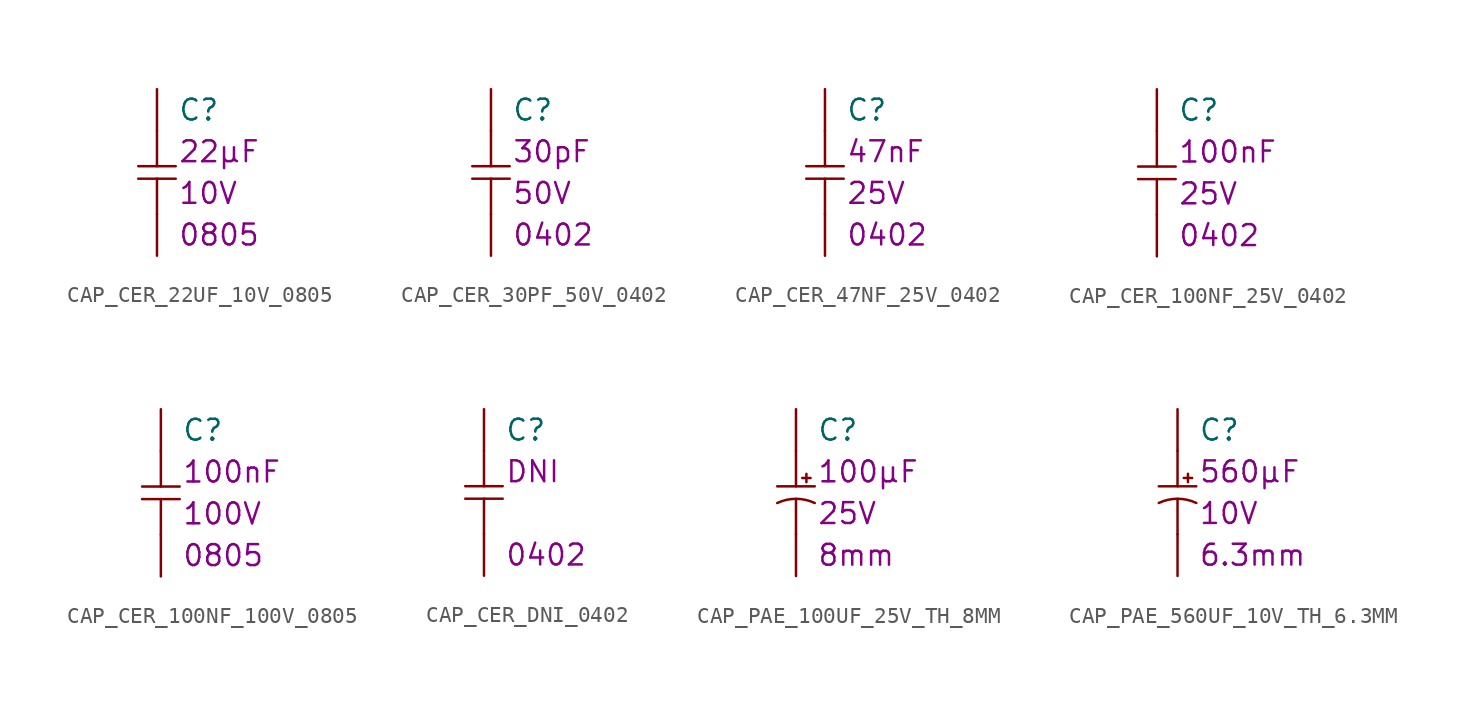
<source format=kicad_sym>
(kicad_symbol_lib
  (version 20211014)
  (generator kicad_symbol_editor)
  (symbol "CAP_CER_22UF_10V_0805"
    (pin_numbers hide)
    (pin_names
      (offset 1.016) hide)
    (property "Reference" "C"
      (at 1.27 3.81 0)
      (effects (font (size 1.27 1.27)) (justify left)))
    (property "Property" "22µF"
      (at 1.27 1.27 0)
      (effects (font (size 1.27 1.27)) (justify left)))
    (property "Package" "0805"
      (at 1.27 -3.81 0)
      (effects (font (size 1.27 1.27)) (justify left)))
    (property "Voltage" "10V"
      (at 1.27 -1.27 0)
      (effects (font (size 1.27 1.27)) (justify left)))
    (symbol "CAP_CER_22UF_10V_0805_0_1"
      (polyline (pts (xy -1.143 0.381) (xy 1.143 0.381)) (stroke (width 0) (type default) (color 0 0 0 0)) (fill (type none)))
      (polyline (pts (xy 0 -2.54) (xy 0 -0.381)) (stroke (width 0) (type default) (color 0 0 0 0)) (fill (type none)))
      (polyline (pts (xy 0 2.54) (xy 0 0.381)) (stroke (width 0) (type default) (color 0 0 0 0)) (fill (type none)))
      (polyline (pts (xy 1.143 -0.381) (xy -1.143 -0.381)) (stroke (width 0) (type default) (color 0 0 0 0)) (fill (type none))))
    (symbol "CAP_CER_22UF_10V_0805_1_0"
      (pin passive line (at 0 -5.08 90) (length 2.54) (name "2" (effects (font (size 1.27 1.27)))) (number "2" (effects (font (size 1.27 1.27))))))
    (symbol "CAP_CER_22UF_10V_0805_1_1"
      (pin passive line (at 0 5.08 270) (length 2.54) (name "1" (effects (font (size 1.27 1.27)))) (number "1" (effects (font (size 1.27 1.27)))))))
  (symbol "CAP_CER_30PF_50V_0402"
    (pin_numbers hide)
    (pin_names
      (offset 1.016) hide)
    (property "Reference" "C"
      (at 1.27 3.81 0)
      (effects (font (size 1.27 1.27)) (justify left)))
    (property "Property" "30pF"
      (at 1.27 1.27 0)
      (effects (font (size 1.27 1.27)) (justify left)))
    (property "Package" "0402"
      (at 1.27 -3.81 0)
      (effects (font (size 1.27 1.27)) (justify left)))
    (property "Voltage" "50V"
      (at 1.27 -1.27 0)
      (effects (font (size 1.27 1.27)) (justify left)))
    (symbol "CAP_CER_30PF_50V_0402_0_1"
      (polyline (pts (xy -1.143 0.381) (xy 1.143 0.381)) (stroke (width 0) (type default) (color 0 0 0 0)) (fill (type none)))
      (polyline (pts (xy 0 -2.54) (xy 0 -0.381)) (stroke (width 0) (type default) (color 0 0 0 0)) (fill (type none)))
      (polyline (pts (xy 0 2.54) (xy 0 0.381)) (stroke (width 0) (type default) (color 0 0 0 0)) (fill (type none)))
      (polyline (pts (xy 1.143 -0.381) (xy -1.143 -0.381)) (stroke (width 0) (type default) (color 0 0 0 0)) (fill (type none))))
    (symbol "CAP_CER_30PF_50V_0402_1_0"
      (pin passive line (at 0 -5.08 90) (length 2.54) (name "2" (effects (font (size 1.27 1.27)))) (number "2" (effects (font (size 1.27 1.27))))))
    (symbol "CAP_CER_30PF_50V_0402_1_1"
      (pin passive line (at 0 5.08 270) (length 2.54) (name "1" (effects (font (size 1.27 1.27)))) (number "1" (effects (font (size 1.27 1.27)))))))
  (symbol "CAP_CER_47NF_25V_0402"
    (pin_numbers hide)
    (pin_names
      (offset 1.016) hide)
    (property "Reference" "C"
      (at 1.27 3.81 0)
      (effects (font (size 1.27 1.27)) (justify left)))
    (property "Property" "47nF"
      (at 1.27 1.27 0)
      (effects (font (size 1.27 1.27)) (justify left)))
    (property "Package" "0402"
      (at 1.27 -3.81 0)
      (effects (font (size 1.27 1.27)) (justify left)))
    (property "Voltage" "25V"
      (at 1.27 -1.27 0)
      (effects (font (size 1.27 1.27)) (justify left)))
    (symbol "CAP_CER_47NF_25V_0402_0_1"
      (polyline (pts (xy -1.143 0.381) (xy 1.143 0.381)) (stroke (width 0) (type default) (color 0 0 0 0)) (fill (type none)))
      (polyline (pts (xy 0 -2.54) (xy 0 -0.381)) (stroke (width 0) (type default) (color 0 0 0 0)) (fill (type none)))
      (polyline (pts (xy 0 2.54) (xy 0 0.381)) (stroke (width 0) (type default) (color 0 0 0 0)) (fill (type none)))
      (polyline (pts (xy 1.143 -0.381) (xy -1.143 -0.381)) (stroke (width 0) (type default) (color 0 0 0 0)) (fill (type none))))
    (symbol "CAP_CER_47NF_25V_0402_1_0"
      (pin passive line (at 0 -5.08 90) (length 2.54) (name "2" (effects (font (size 1.27 1.27)))) (number "2" (effects (font (size 1.27 1.27))))))
    (symbol "CAP_CER_47NF_25V_0402_1_1"
      (pin passive line (at 0 5.08 270) (length 2.54) (name "1" (effects (font (size 1.27 1.27)))) (number "1" (effects (font (size 1.27 1.27)))))))
  (symbol "CAP_CER_100NF_25V_0402"
    (pin_numbers hide)
    (pin_names
      (offset 1.016) hide)
    (property "Reference" "C"
      (at 1.27 3.81 0)
      (effects (font (size 1.27 1.27)) (justify left)))
    (property "Property" "100nF"
      (at 1.27 1.27 0)
      (effects (font (size 1.27 1.27)) (justify left)))
    (property "Package" "0402"
      (at 1.27 -3.81 0)
      (effects (font (size 1.27 1.27)) (justify left)))
    (property "Voltage" "25V"
      (at 1.27 -1.27 0)
      (effects (font (size 1.27 1.27)) (justify left)))
    (symbol "CAP_CER_100NF_25V_0402_0_1"
      (polyline (pts (xy -1.143 0.381) (xy 1.143 0.381)) (stroke (width 0) (type default) (color 0 0 0 0)) (fill (type none)))
      (polyline (pts (xy 0 -2.54) (xy 0 -0.381)) (stroke (width 0) (type default) (color 0 0 0 0)) (fill (type none)))
      (polyline (pts (xy 0 2.54) (xy 0 0.381)) (stroke (width 0) (type default) (color 0 0 0 0)) (fill (type none)))
      (polyline (pts (xy 1.143 -0.381) (xy -1.143 -0.381)) (stroke (width 0) (type default) (color 0 0 0 0)) (fill (type none))))
    (symbol "CAP_CER_100NF_25V_0402_1_0"
      (pin passive line (at 0 -5.08 90) (length 2.54) (name "2" (effects (font (size 1.27 1.27)))) (number "2" (effects (font (size 1.27 1.27))))))
    (symbol "CAP_CER_100NF_25V_0402_1_1"
      (pin passive line (at 0 5.08 270) (length 2.54) (name "1" (effects (font (size 1.27 1.27)))) (number "1" (effects (font (size 1.27 1.27)))))))
  (symbol "CAP_CER_100NF_100V_0805"
    (pin_numbers hide)
    (pin_names
      (offset 1.016) hide)
    (property "Reference" "C"
      (at 1.27 3.81 0)
      (effects (font (size 1.27 1.27)) (justify left)))
    (property "Property" "100nF"
      (at 1.27 1.27 0)
      (effects (font (size 1.27 1.27)) (justify left)))
    (property "Package" "0805"
      (at 1.27 -3.81 0)
      (effects (font (size 1.27 1.27)) (justify left)))
    (property "Voltage" "100V"
      (at 1.27 -1.27 0)
      (effects (font (size 1.27 1.27)) (justify left)))
    (symbol "CAP_CER_100NF_100V_0805_0_1"
      (polyline (pts (xy -1.143 0.381) (xy 1.143 0.381)) (stroke (width 0) (type default) (color 0 0 0 0)) (fill (type none)))
      (polyline (pts (xy 0 -2.54) (xy 0 -0.381)) (stroke (width 0) (type default) (color 0 0 0 0)) (fill (type none)))
      (polyline (pts (xy 0 2.54) (xy 0 0.381)) (stroke (width 0) (type default) (color 0 0 0 0)) (fill (type none)))
      (polyline (pts (xy 1.143 -0.381) (xy -1.143 -0.381)) (stroke (width 0) (type default) (color 0 0 0 0)) (fill (type none))))
    (symbol "CAP_CER_100NF_100V_0805_1_0"
      (pin passive line (at 0 -5.08 90) (length 2.54) (name "2" (effects (font (size 1.27 1.27)))) (number "2" (effects (font (size 1.27 1.27))))))
    (symbol "CAP_CER_100NF_100V_0805_1_1"
      (pin passive line (at 0 5.08 270) (length 2.54) (name "1" (effects (font (size 1.27 1.27)))) (number "1" (effects (font (size 1.27 1.27)))))))
  (symbol "CAP_CER_DNI_0402"
    (pin_numbers hide)
    (pin_names
      (offset 1.016) hide)
    (property "Reference" "C"
      (at 1.27 3.81 0)
      (effects (font (size 1.27 1.27)) (justify left)))
    (property "Property" "DNI"
      (at 1.27 1.27 0)
      (effects (font (size 1.27 1.27)) (justify left)))
    (property "Package" "0402"
      (at 1.27 -3.81 0)
      (effects (font (size 1.27 1.27)) (justify left)))
    (symbol "CAP_CER_DNI_0402_0_1"
      (polyline (pts (xy -1.143 0.381) (xy 1.143 0.381)) (stroke (width 0) (type default) (color 0 0 0 0)) (fill (type none)))
      (polyline (pts (xy 0 -2.54) (xy 0 -0.381)) (stroke (width 0) (type default) (color 0 0 0 0)) (fill (type none)))
      (polyline (pts (xy 0 2.54) (xy 0 0.381)) (stroke (width 0) (type default) (color 0 0 0 0)) (fill (type none)))
      (polyline (pts (xy 1.143 -0.381) (xy -1.143 -0.381)) (stroke (width 0) (type default) (color 0 0 0 0)) (fill (type none))))
    (symbol "CAP_CER_DNI_0402_1_0"
      (pin passive line (at 0 -5.08 90) (length 2.54) (name "2" (effects (font (size 1.27 1.27)))) (number "2" (effects (font (size 1.27 1.27))))))
    (symbol "CAP_CER_DNI_0402_1_1"
      (pin passive line (at 0 5.08 270) (length 2.54) (name "1" (effects (font (size 1.27 1.27)))) (number "1" (effects (font (size 1.27 1.27)))))))
  (symbol "CAP_PAE_100UF_25V_TH_8MM"
    (pin_numbers hide)
    (pin_names
      (offset 1.016) hide)
    (property "Reference" "C"
      (at 1.27 3.81 0)
      (effects (font (size 1.27 1.27)) (justify left)))
    (property "Property" "100µF"
      (at 1.27 1.27 0)
      (effects (font (size 1.27 1.27)) (justify left)))
    (property "Package" "8mm"
      (at 1.27 -3.81 0)
      (effects (font (size 1.27 1.27)) (justify left)))
    (property "Voltage" "25V"
      (at 1.27 -1.27 0)
      (effects (font (size 1.27 1.27)) (justify left)))
    (symbol "CAP_PAE_100UF_25V_TH_8MM_0_1"
      (polyline (pts (xy -1.143 0.381) (xy 1.143 0.381)) (stroke (width 0) (type default) (color 0 0 0 0)) (fill (type none)))
      (polyline (pts (xy 0 -2.54) (xy 0 -0.381)) (stroke (width 0) (type default) (color 0 0 0 0)) (fill (type none)))
      (polyline (pts (xy 0 2.54) (xy 0 0.381)) (stroke (width 0) (type default) (color 0 0 0 0)) (fill (type none)))
      (polyline (pts (xy 0.381 0.889) (xy 0.889 0.889)) (stroke (width 0) (type default) (color 0 0 0 0)) (fill (type none)))
      (polyline (pts (xy 0.635 0.635) (xy 0.635 1.143)) (stroke (width 0) (type default) (color 0 0 0 0)) (fill (type none)))
      (arc (start 1.143 -0.635) (mid 0 -0.378) (end -1.143 -0.635) (stroke (width 0) (type default) (color 0 0 0 0)) (fill (type none))))
    (symbol "CAP_PAE_100UF_25V_TH_8MM_1_0"
      (pin passive line (at 0 -5.08 90) (length 2.54) (name "2" (effects (font (size 1.27 1.27)))) (number "2" (effects (font (size 1.27 1.27))))))
    (symbol "CAP_PAE_100UF_25V_TH_8MM_1_1"
      (pin passive line (at 0 5.08 270) (length 2.54) (name "1" (effects (font (size 1.27 1.27)))) (number "1" (effects (font (size 1.27 1.27)))))))
  (symbol "CAP_PAE_560UF_10V_TH_6.3MM"
    (pin_numbers hide)
    (pin_names
      (offset 1.016) hide)
    (property "Reference" "C"
      (at 1.27 3.81 0)
      (effects (font (size 1.27 1.27)) (justify left)))
    (property "Property" "560µF"
      (at 1.27 1.27 0)
      (effects (font (size 1.27 1.27)) (justify left)))
    (property "Package" "6.3mm"
      (at 1.27 -3.81 0)
      (effects (font (size 1.27 1.27)) (justify left)))
    (property "Voltage" "10V"
      (at 1.27 -1.27 0)
      (effects (font (size 1.27 1.27)) (justify left)))
    (symbol "CAP_PAE_560UF_10V_TH_6.3MM_0_1"
      (polyline (pts (xy -1.143 0.381) (xy 1.143 0.381)) (stroke (width 0) (type default) (color 0 0 0 0)) (fill (type none)))
      (polyline (pts (xy 0 -2.54) (xy 0 -0.381)) (stroke (width 0) (type default) (color 0 0 0 0)) (fill (type none)))
      (polyline (pts (xy 0 2.54) (xy 0 0.381)) (stroke (width 0) (type default) (color 0 0 0 0)) (fill (type none)))
      (polyline (pts (xy 0.381 0.889) (xy 0.889 0.889)) (stroke (width 0) (type default) (color 0 0 0 0)) (fill (type none)))
      (polyline (pts (xy 0.635 0.635) (xy 0.635 1.143)) (stroke (width 0) (type default) (color 0 0 0 0)) (fill (type none)))
      (arc (start 1.143 -0.635) (mid 0 -0.378) (end -1.143 -0.635) (stroke (width 0) (type default) (color 0 0 0 0)) (fill (type none))))
    (symbol "CAP_PAE_560UF_10V_TH_6.3MM_1_0"
      (pin passive line (at 0 -5.08 90) (length 2.54) (name "2" (effects (font (size 1.27 1.27)))) (number "2" (effects (font (size 1.27 1.27))))))
    (symbol "CAP_PAE_560UF_10V_TH_6.3MM_1_1"
      (pin passive line (at 0 5.08 270) (length 2.54) (name "1" (effects (font (size 1.27 1.27)))) (number "1" (effects (font (size 1.27 1.27))))))))
</source>
